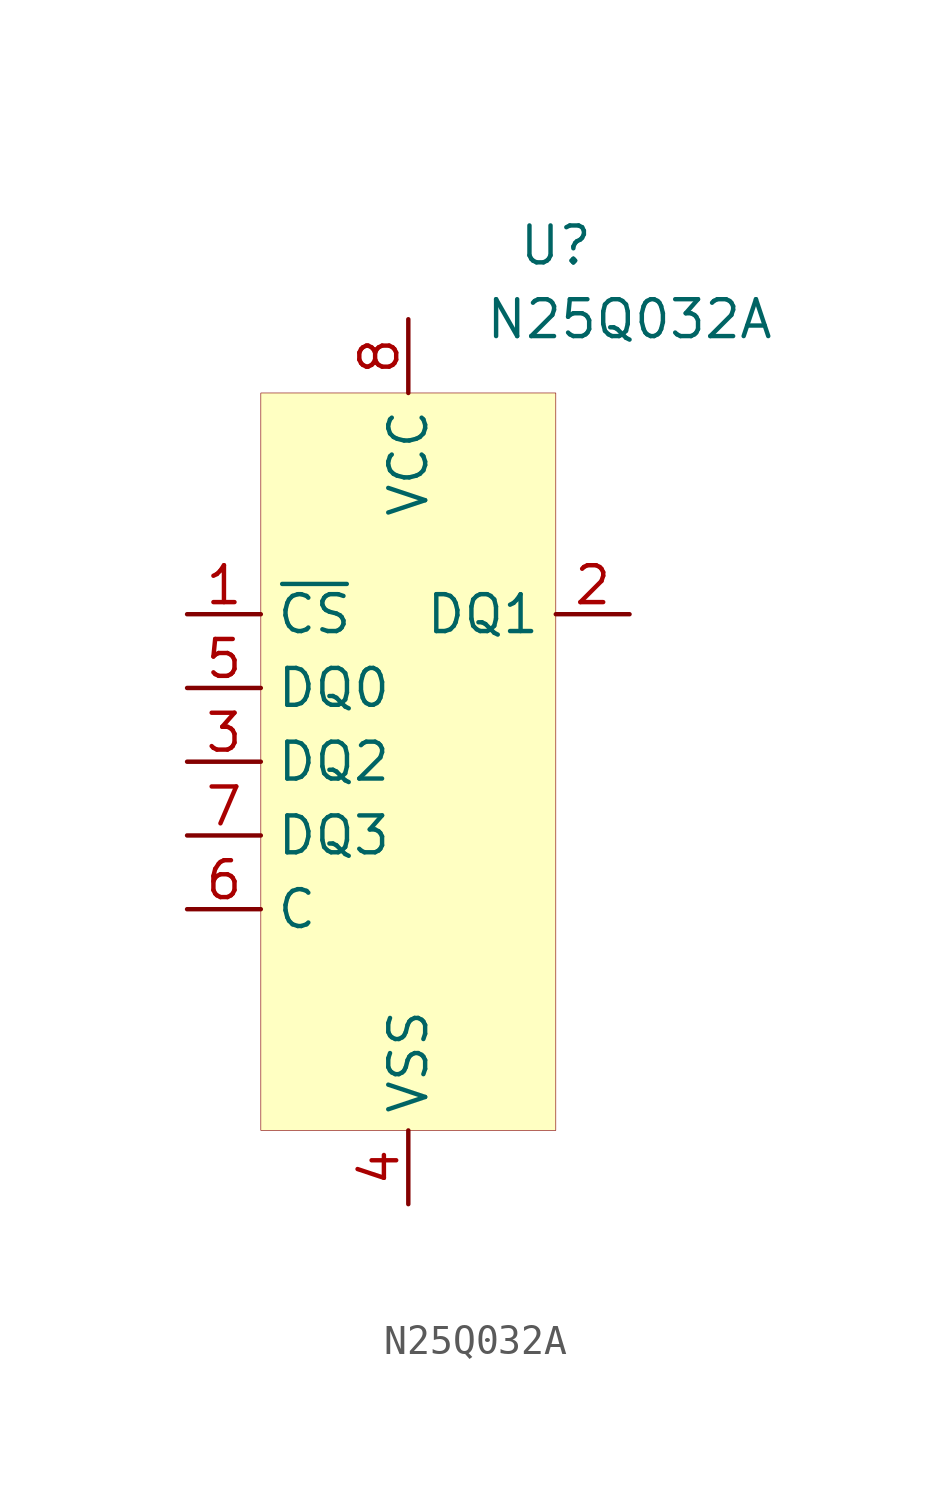
<source format=kicad_sym>
(kicad_symbol_lib
  (version 20201005)
  (generator kicad_symbol_editor)
  (symbol "Jmptable_Memory_Flash:N25Q032A"
    (property "Reference" "U"
      (at 5.08 17.78 0)
      (effects (font (size 1.27 1.27))))
    (property "Value" "N25Q032A"
      (at 7.62 15.24 0)
      (effects (font (size 1.27 1.27))))
    (symbol "N25Q032A_0_1"
      (rectangle (start -5.08 12.7) (end 5.08 -12.7) (stroke (width 0.001)) (fill (type background))))
    (symbol "N25Q032A_0_0"
      (pin input line (at -7.62 5.08 0) (length 2.54) (name "~CS" (effects (font (size 1.27 1.27)))) (number "1" (effects (font (size 1.27 1.27)))))
      (pin output line (at 7.62 5.08 180) (length 2.54) (name "DQ1" (effects (font (size 1.27 1.27)))) (number "2" (effects (font (size 1.27 1.27)))))
      (pin input line (at -7.62 0 0) (length 2.54) (name "DQ2" (effects (font (size 1.27 1.27)))) (number "3" (effects (font (size 1.27 1.27)))))
      (pin power_in line (at 0 -15.24 90) (length 2.54) (name "VSS" (effects (font (size 1.27 1.27)))) (number "4" (effects (font (size 1.27 1.27)))))
      (pin input line (at -7.62 2.54 0) (length 2.54) (name "DQ0" (effects (font (size 1.27 1.27)))) (number "5" (effects (font (size 1.27 1.27)))))
      (pin input line (at -7.62 -5.08 0) (length 2.54) (name "C" (effects (font (size 1.27 1.27)))) (number "6" (effects (font (size 1.27 1.27)))))
      (pin input line (at -7.62 -2.54 0) (length 2.54) (name "DQ3" (effects (font (size 1.27 1.27)))) (number "7" (effects (font (size 1.27 1.27)))))
      (pin power_in line (at 0 15.24 270) (length 2.54) (name "VCC" (effects (font (size 1.27 1.27)))) (number "8" (effects (font (size 1.27 1.27))))))))
</source>
